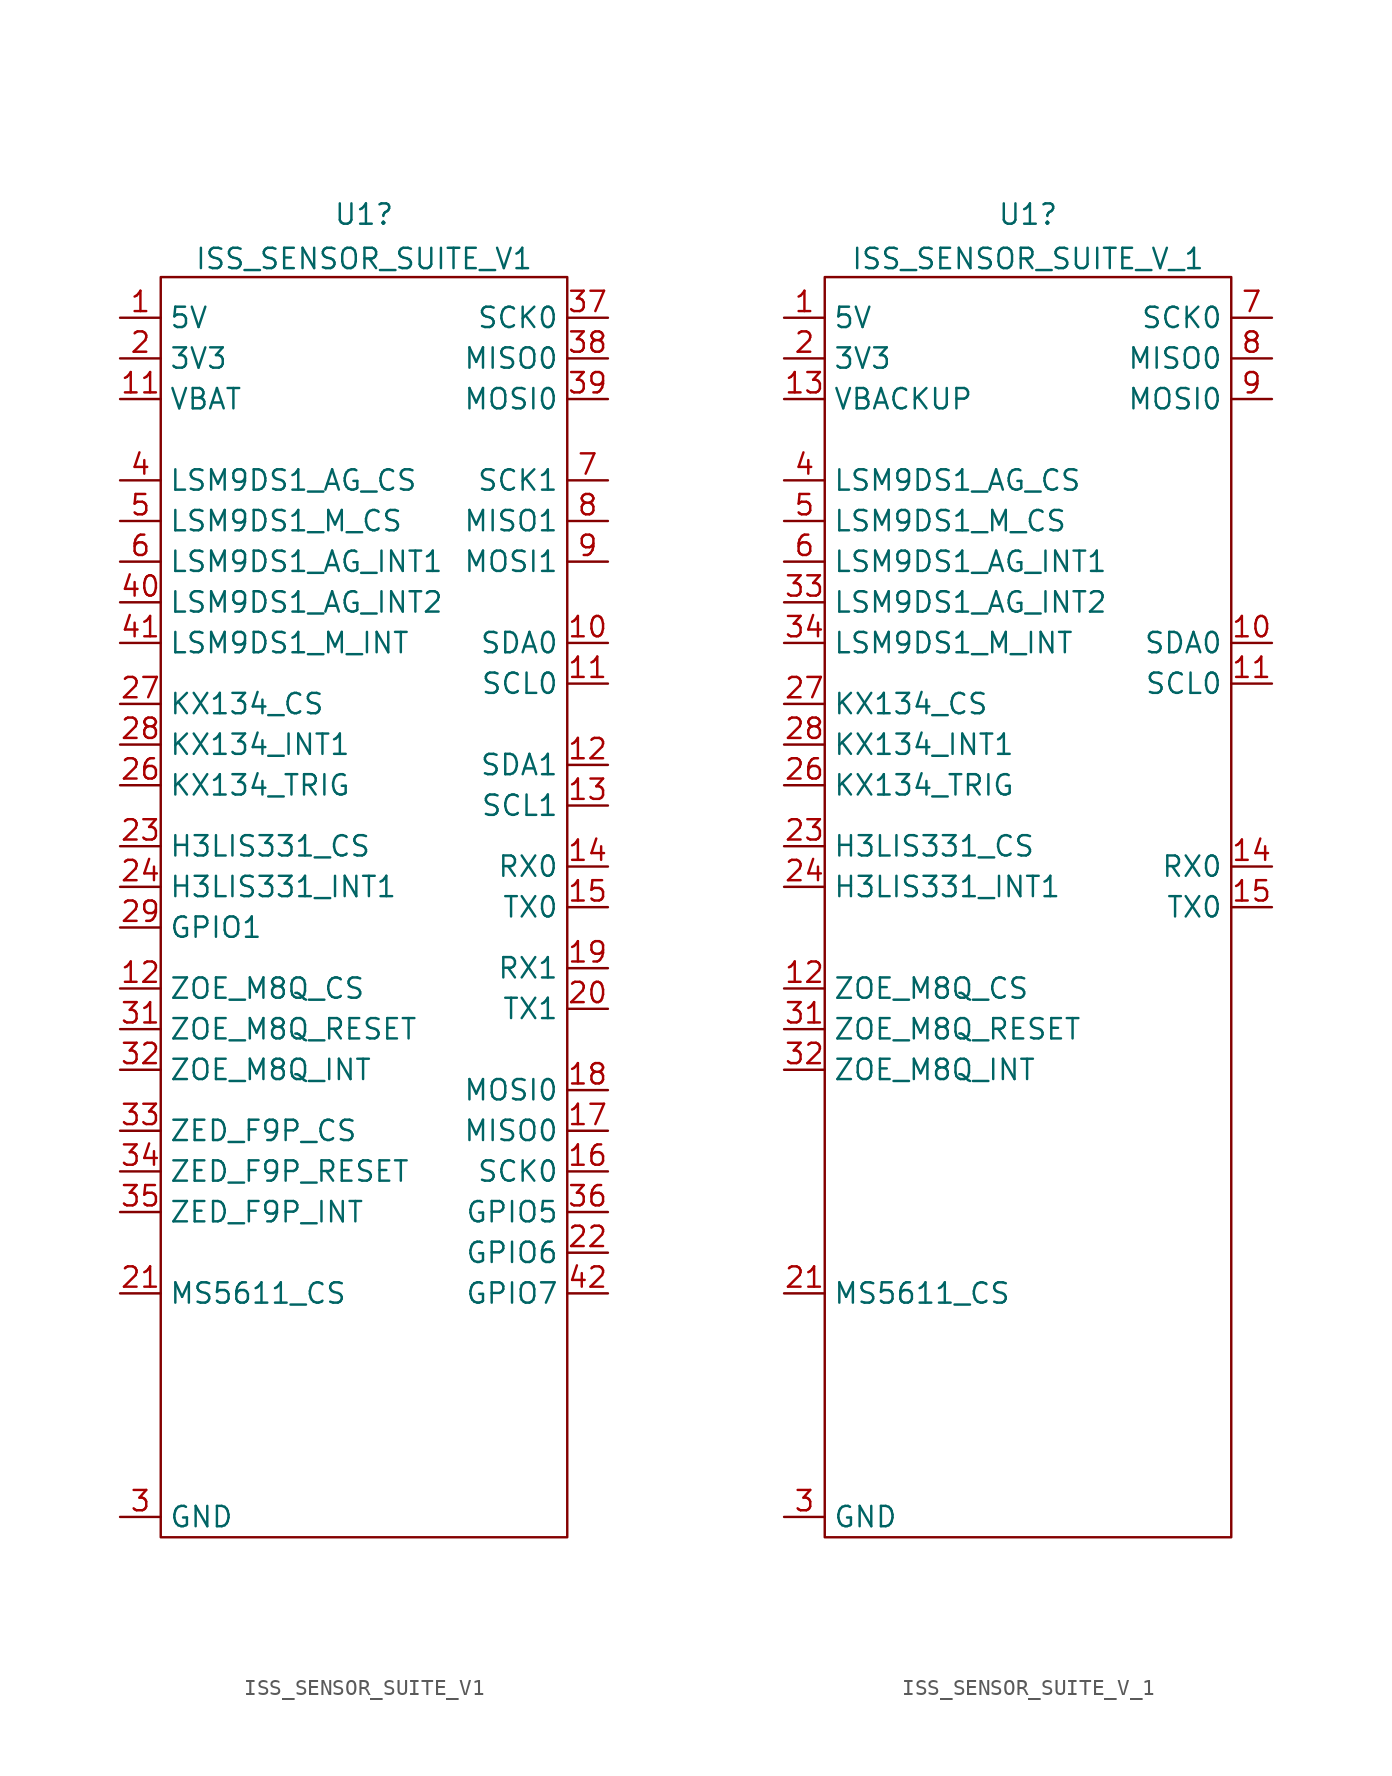
<source format=kicad_sym>
(kicad_symbol_lib
  (version 20211014)
  (generator kicad_symbol_editor)
  (symbol "ISS_SENSOR_SUITE_V1"
    (property "Reference" "U1"
      (at 0 26.776 0)
      (effects (font (size 1.27 1.27))))
    (property "Value" "ISS_SENSOR_SUITE_V1"
      (at 0 24.001 0)
      (effects (font (size 1.27 1.27))))
    (symbol "ISS_SENSOR_SUITE_V1_0_1"
      (rectangle (start -12.7 22.86) (end 12.7 -55.88) (stroke (width 0.152) (type default) (color 0 0 0 0)) (fill (type none))))
    (symbol "ISS_SENSOR_SUITE_V1_1_1"
      (pin power_in line (at -15.24 20.32 0) (length 2.54) (name "5V" (effects (font (size 1.27 1.27)))) (number "1" (effects (font (size 1.27 1.27)))))
      (pin bidirectional line (at 15.24 0 180) (length 2.54) (name "SDA0" (effects (font (size 1.27 1.27)))) (number "10" (effects (font (size 1.27 1.27)))))
      (pin input line (at 15.24 -2.54 180) (length 2.54) (name "SCL0" (effects (font (size 1.27 1.27)))) (number "11" (effects (font (size 1.27 1.27)))))
      (pin power_in line (at -15.24 15.24 0) (length 2.54) (name "VBAT" (effects (font (size 1.27 1.27)))) (number "11" (effects (font (size 1.27 1.27)))))
      (pin bidirectional line (at 15.24 -7.62 180) (length 2.54) (name "SDA1" (effects (font (size 1.27 1.27)))) (number "12" (effects (font (size 1.27 1.27)))))
      (pin input line (at -15.24 -21.59 0) (length 2.54) (name "ZOE_M8Q_CS" (effects (font (size 1.27 1.27)))) (number "12" (effects (font (size 1.27 1.27)))))
      (pin input line (at 15.24 -10.16 180) (length 2.54) (name "SCL1" (effects (font (size 1.27 1.27)))) (number "13" (effects (font (size 1.27 1.27)))))
      (pin input line (at 15.24 -13.97 180) (length 2.54) (name "RX0" (effects (font (size 1.27 1.27)))) (number "14" (effects (font (size 1.27 1.27)))))
      (pin output line (at 15.24 -16.51 180) (length 2.54) (name "TX0" (effects (font (size 1.27 1.27)))) (number "15" (effects (font (size 1.27 1.27)))))
      (pin input line (at 15.24 -33.02 180) (length 2.54) (name "SCK0" (effects (font (size 1.27 1.27)))) (number "16" (effects (font (size 1.27 1.27)))))
      (pin output line (at 15.24 -30.48 180) (length 2.54) (name "MISO0" (effects (font (size 1.27 1.27)))) (number "17" (effects (font (size 1.27 1.27)))))
      (pin input line (at 15.24 -27.94 180) (length 2.54) (name "MOSI0" (effects (font (size 1.27 1.27)))) (number "18" (effects (font (size 1.27 1.27)))))
      (pin input line (at 15.24 -20.32 180) (length 2.54) (name "RX1" (effects (font (size 1.27 1.27)))) (number "19" (effects (font (size 1.27 1.27)))))
      (pin power_in line (at -15.24 17.78 0) (length 2.54) (name "3V3" (effects (font (size 1.27 1.27)))) (number "2" (effects (font (size 1.27 1.27)))))
      (pin output line (at 15.24 -22.86 180) (length 2.54) (name "TX1" (effects (font (size 1.27 1.27)))) (number "20" (effects (font (size 1.27 1.27)))))
      (pin input line (at -15.24 -40.64 0) (length 2.54) (name "MS5611_CS" (effects (font (size 1.27 1.27)))) (number "21" (effects (font (size 1.27 1.27)))))
      (pin free line (at 15.24 -38.1 180) (length 2.54) (name "GPIO6" (effects (font (size 1.27 1.27)))) (number "22" (effects (font (size 1.27 1.27)))))
      (pin input line (at -15.24 -12.7 0) (length 2.54) (name "H3LIS331_CS" (effects (font (size 1.27 1.27)))) (number "23" (effects (font (size 1.27 1.27)))))
      (pin output line (at -15.24 -15.24 0) (length 2.54) (name "H3LIS331_INT1" (effects (font (size 1.27 1.27)))) (number "24" (effects (font (size 1.27 1.27)))))
      (pin output line (at -15.24 -8.89 0) (length 2.54) (name "KX134_TRIG" (effects (font (size 1.27 1.27)))) (number "26" (effects (font (size 1.27 1.27)))))
      (pin input line (at -15.24 -3.81 0) (length 2.54) (name "KX134_CS" (effects (font (size 1.27 1.27)))) (number "27" (effects (font (size 1.27 1.27)))))
      (pin output line (at -15.24 -6.35 0) (length 2.54) (name "KX134_INT1" (effects (font (size 1.27 1.27)))) (number "28" (effects (font (size 1.27 1.27)))))
      (pin free line (at -15.24 -17.78 0) (length 2.54) (name "GPIO1" (effects (font (size 1.27 1.27)))) (number "29" (effects (font (size 1.27 1.27)))))
      (pin input line (at -15.24 -54.61 0) (length 2.54) (name "GND" (effects (font (size 1.27 1.27)))) (number "3" (effects (font (size 1.27 1.27)))))
      (pin input line (at -15.24 -24.13 0) (length 2.54) (name "ZOE_M8Q_RESET" (effects (font (size 1.27 1.27)))) (number "31" (effects (font (size 1.27 1.27)))))
      (pin input line (at -15.24 -26.67 0) (length 2.54) (name "ZOE_M8Q_INT" (effects (font (size 1.27 1.27)))) (number "32" (effects (font (size 1.27 1.27)))))
      (pin input line (at -15.24 -30.48 0) (length 2.54) (name "ZED_F9P_CS" (effects (font (size 1.27 1.27)))) (number "33" (effects (font (size 1.27 1.27)))))
      (pin input line (at -15.24 -33.02 0) (length 2.54) (name "ZED_F9P_RESET" (effects (font (size 1.27 1.27)))) (number "34" (effects (font (size 1.27 1.27)))))
      (pin input line (at -15.24 -35.56 0) (length 2.54) (name "ZED_F9P_INT" (effects (font (size 1.27 1.27)))) (number "35" (effects (font (size 1.27 1.27)))))
      (pin free line (at 15.24 -35.56 180) (length 2.54) (name "GPIO5" (effects (font (size 1.27 1.27)))) (number "36" (effects (font (size 1.27 1.27)))))
      (pin input line (at 15.24 20.32 180) (length 2.54) (name "SCK0" (effects (font (size 1.27 1.27)))) (number "37" (effects (font (size 1.27 1.27)))))
      (pin output line (at 15.24 17.78 180) (length 2.54) (name "MISO0" (effects (font (size 1.27 1.27)))) (number "38" (effects (font (size 1.27 1.27)))))
      (pin input line (at 15.24 15.24 180) (length 2.54) (name "MOSI0" (effects (font (size 1.27 1.27)))) (number "39" (effects (font (size 1.27 1.27)))))
      (pin input line (at -15.24 10.16 0) (length 2.54) (name "LSM9DS1_AG_CS" (effects (font (size 1.27 1.27)))) (number "4" (effects (font (size 1.27 1.27)))))
      (pin output line (at -15.24 2.54 0) (length 2.54) (name "LSM9DS1_AG_INT2" (effects (font (size 1.27 1.27)))) (number "40" (effects (font (size 1.27 1.27)))))
      (pin output line (at -15.24 0 0) (length 2.54) (name "LSM9DS1_M_INT" (effects (font (size 1.27 1.27)))) (number "41" (effects (font (size 1.27 1.27)))))
      (pin free line (at 15.24 -40.64 180) (length 2.54) (name "GPIO7" (effects (font (size 1.27 1.27)))) (number "42" (effects (font (size 1.27 1.27)))))
      (pin input line (at -15.24 7.62 0) (length 2.54) (name "LSM9DS1_M_CS" (effects (font (size 1.27 1.27)))) (number "5" (effects (font (size 1.27 1.27)))))
      (pin output line (at -15.24 5.08 0) (length 2.54) (name "LSM9DS1_AG_INT1" (effects (font (size 1.27 1.27)))) (number "6" (effects (font (size 1.27 1.27)))))
      (pin input line (at 15.24 10.16 180) (length 2.54) (name "SCK1" (effects (font (size 1.27 1.27)))) (number "7" (effects (font (size 1.27 1.27)))))
      (pin output line (at 15.24 7.62 180) (length 2.54) (name "MISO1" (effects (font (size 1.27 1.27)))) (number "8" (effects (font (size 1.27 1.27)))))
      (pin input line (at 15.24 5.08 180) (length 2.54) (name "MOSI1" (effects (font (size 1.27 1.27)))) (number "9" (effects (font (size 1.27 1.27)))))))
  (symbol "ISS_SENSOR_SUITE_V_1"
    (property "Reference" "U1"
      (at 0 26.776 0)
      (effects (font (size 1.27 1.27))))
    (property "Value" "ISS_SENSOR_SUITE_V_1"
      (at 0 24.001 0)
      (effects (font (size 1.27 1.27))))
    (symbol "ISS_SENSOR_SUITE_V_1_0_1"
      (rectangle (start -12.7 22.86) (end 12.7 -55.88) (stroke (width 0.152) (type default) (color 0 0 0 0)) (fill (type none))))
    (symbol "ISS_SENSOR_SUITE_V_1_1_1"
      (pin power_in line (at -15.24 20.32 0) (length 2.54) (name "5V" (effects (font (size 1.27 1.27)))) (number "1" (effects (font (size 1.27 1.27)))))
      (pin bidirectional line (at 15.24 0 180) (length 2.54) (name "SDA0" (effects (font (size 1.27 1.27)))) (number "10" (effects (font (size 1.27 1.27)))))
      (pin input line (at 15.24 -2.54 180) (length 2.54) (name "SCL0" (effects (font (size 1.27 1.27)))) (number "11" (effects (font (size 1.27 1.27)))))
      (pin input line (at -15.24 -21.59 0) (length 2.54) (name "ZOE_M8Q_CS" (effects (font (size 1.27 1.27)))) (number "12" (effects (font (size 1.27 1.27)))))
      (pin power_in line (at -15.24 15.24 0) (length 2.54) (name "VBACKUP" (effects (font (size 1.27 1.27)))) (number "13" (effects (font (size 1.27 1.27)))))
      (pin input line (at 15.24 -13.97 180) (length 2.54) (name "RX0" (effects (font (size 1.27 1.27)))) (number "14" (effects (font (size 1.27 1.27)))))
      (pin output line (at 15.24 -16.51 180) (length 2.54) (name "TX0" (effects (font (size 1.27 1.27)))) (number "15" (effects (font (size 1.27 1.27)))))
      (pin power_in line (at -15.24 17.78 0) (length 2.54) (name "3V3" (effects (font (size 1.27 1.27)))) (number "2" (effects (font (size 1.27 1.27)))))
      (pin input line (at -15.24 -40.64 0) (length 2.54) (name "MS5611_CS" (effects (font (size 1.27 1.27)))) (number "21" (effects (font (size 1.27 1.27)))))
      (pin input line (at -15.24 -12.7 0) (length 2.54) (name "H3LIS331_CS" (effects (font (size 1.27 1.27)))) (number "23" (effects (font (size 1.27 1.27)))))
      (pin output line (at -15.24 -15.24 0) (length 2.54) (name "H3LIS331_INT1" (effects (font (size 1.27 1.27)))) (number "24" (effects (font (size 1.27 1.27)))))
      (pin output line (at -15.24 -8.89 0) (length 2.54) (name "KX134_TRIG" (effects (font (size 1.27 1.27)))) (number "26" (effects (font (size 1.27 1.27)))))
      (pin input line (at -15.24 -3.81 0) (length 2.54) (name "KX134_CS" (effects (font (size 1.27 1.27)))) (number "27" (effects (font (size 1.27 1.27)))))
      (pin output line (at -15.24 -6.35 0) (length 2.54) (name "KX134_INT1" (effects (font (size 1.27 1.27)))) (number "28" (effects (font (size 1.27 1.27)))))
      (pin input line (at -15.24 -54.61 0) (length 2.54) (name "GND" (effects (font (size 1.27 1.27)))) (number "3" (effects (font (size 1.27 1.27)))))
      (pin input line (at -15.24 -24.13 0) (length 2.54) (name "ZOE_M8Q_RESET" (effects (font (size 1.27 1.27)))) (number "31" (effects (font (size 1.27 1.27)))))
      (pin input line (at -15.24 -26.67 0) (length 2.54) (name "ZOE_M8Q_INT" (effects (font (size 1.27 1.27)))) (number "32" (effects (font (size 1.27 1.27)))))
      (pin output line (at -15.24 2.54 0) (length 2.54) (name "LSM9DS1_AG_INT2" (effects (font (size 1.27 1.27)))) (number "33" (effects (font (size 1.27 1.27)))))
      (pin output line (at -15.24 0 0) (length 2.54) (name "LSM9DS1_M_INT" (effects (font (size 1.27 1.27)))) (number "34" (effects (font (size 1.27 1.27)))))
      (pin input line (at -15.24 10.16 0) (length 2.54) (name "LSM9DS1_AG_CS" (effects (font (size 1.27 1.27)))) (number "4" (effects (font (size 1.27 1.27)))))
      (pin input line (at -15.24 7.62 0) (length 2.54) (name "LSM9DS1_M_CS" (effects (font (size 1.27 1.27)))) (number "5" (effects (font (size 1.27 1.27)))))
      (pin output line (at -15.24 5.08 0) (length 2.54) (name "LSM9DS1_AG_INT1" (effects (font (size 1.27 1.27)))) (number "6" (effects (font (size 1.27 1.27)))))
      (pin input line (at 15.24 20.32 180) (length 2.54) (name "SCK0" (effects (font (size 1.27 1.27)))) (number "7" (effects (font (size 1.27 1.27)))))
      (pin output line (at 15.24 17.78 180) (length 2.54) (name "MISO0" (effects (font (size 1.27 1.27)))) (number "8" (effects (font (size 1.27 1.27)))))
      (pin input line (at 15.24 15.24 180) (length 2.54) (name "MOSI0" (effects (font (size 1.27 1.27)))) (number "9" (effects (font (size 1.27 1.27))))))))
</source>
